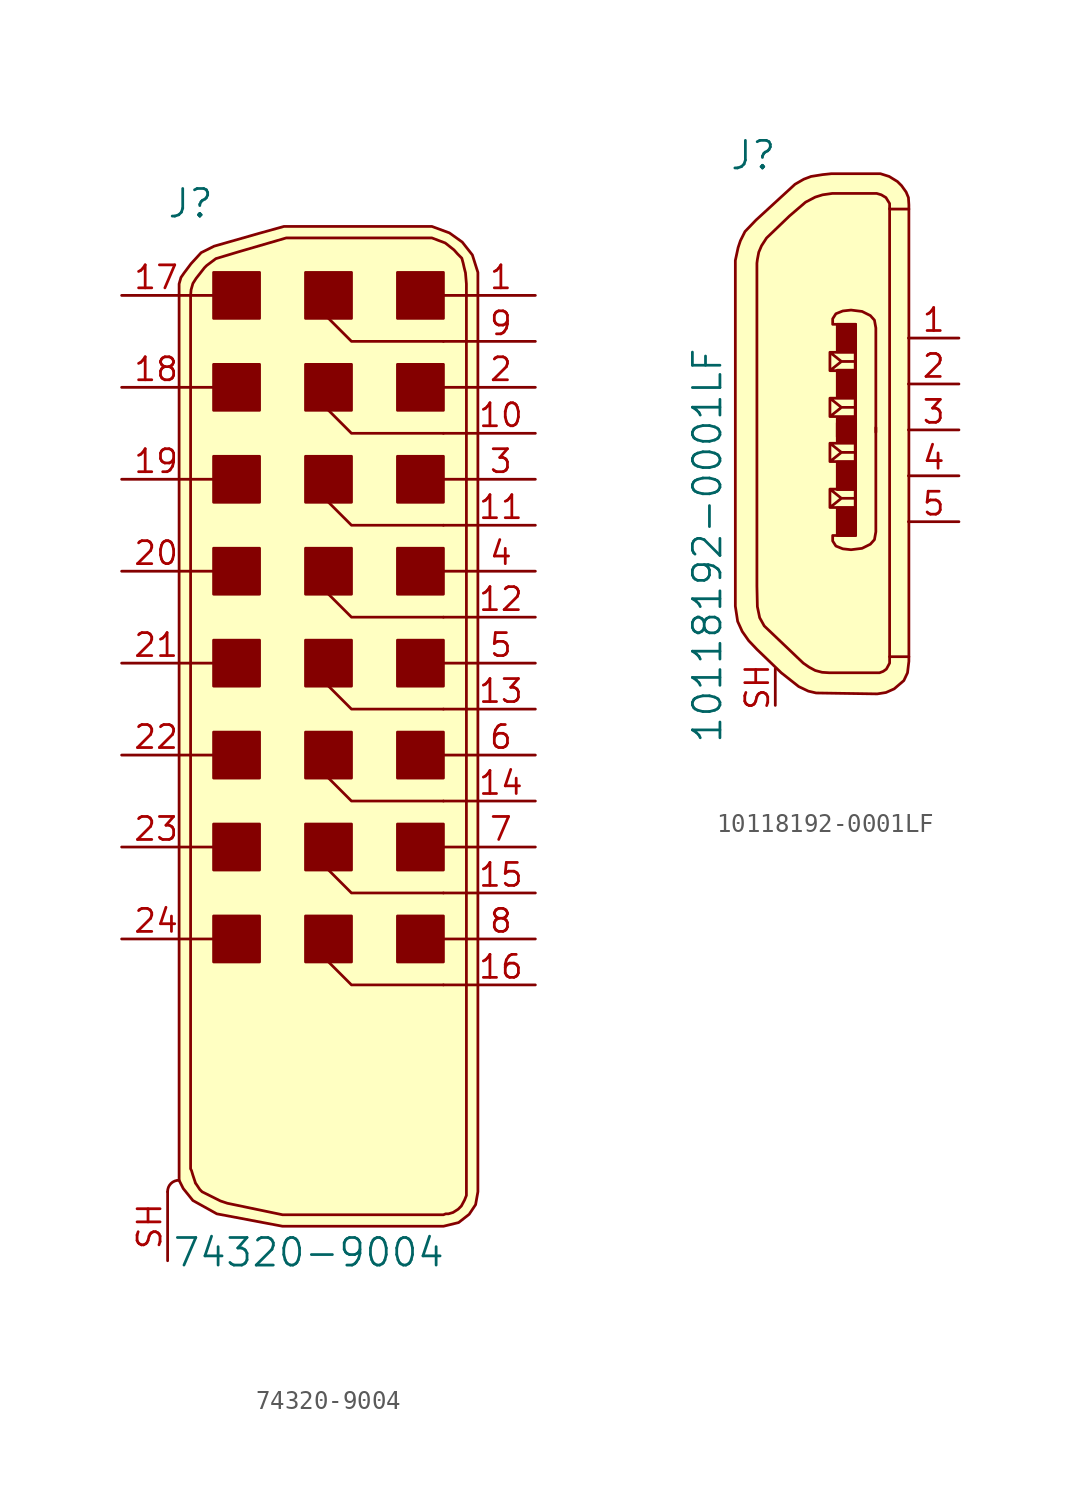
<source format=kicad_sym>
(kicad_symbol_lib
  (version 20220914)
  (generator kicad_symbol_editor)
  (symbol "74320-9004"
    (pin_names
      (offset 1.016))
    (property "Reference" "J"
      (at -8.89 27.94 0)
      (effects (font (size 1.524 1.524))))
    (property "Value" "74320-9004"
      (at -2.362 -30.023 0)
      (effects (font (size 1.524 1.524))))
    (symbol "74320-9004_0_1"
      (arc (start -9.525 -26.035) (mid -9.9825 -26.2192) (end -10.16 -26.67) (stroke (width 0) (type solid)) (fill (type none)))
      (rectangle (start -5.08 -11.43) (end -7.62 -13.97) (stroke (width 0) (type solid)) (fill (type outline)))
      (rectangle (start -5.08 -6.35) (end -7.62 -8.89) (stroke (width 0) (type solid)) (fill (type outline)))
      (rectangle (start -5.08 -1.27) (end -7.62 -3.81) (stroke (width 0) (type solid)) (fill (type outline)))
      (rectangle (start -5.08 3.81) (end -7.62 1.27) (stroke (width 0) (type solid)) (fill (type outline)))
      (rectangle (start -5.08 8.89) (end -7.62 6.35) (stroke (width 0) (type solid)) (fill (type outline)))
      (rectangle (start -5.08 13.97) (end -7.62 11.43) (stroke (width 0) (type solid)) (fill (type outline)))
      (rectangle (start -5.08 19.05) (end -7.62 16.51) (stroke (width 0) (type solid)) (fill (type outline)))
      (rectangle (start -5.08 24.13) (end -7.62 21.59) (stroke (width 0) (type solid)) (fill (type outline)))
      (rectangle (start 0 -11.43) (end -2.54 -13.97) (stroke (width 0) (type solid)) (fill (type outline)))
      (rectangle (start 0 -6.35) (end -2.54 -8.89) (stroke (width 0) (type solid)) (fill (type outline)))
      (rectangle (start 0 -1.27) (end -2.54 -3.81) (stroke (width 0) (type solid)) (fill (type outline)))
      (polyline (pts (xy -7.62 -12.7) (xy -8.89 -12.7)) (stroke (width 0) (type solid)) (fill (type none)))
      (polyline (pts (xy -7.62 -7.62) (xy -8.89 -7.62)) (stroke (width 0) (type solid)) (fill (type none)))
      (polyline (pts (xy -7.62 -2.54) (xy -8.89 -2.54)) (stroke (width 0) (type solid)) (fill (type none)))
      (polyline (pts (xy -7.62 2.54) (xy -8.89 2.54)) (stroke (width 0) (type solid)) (fill (type none)))
      (polyline (pts (xy -7.62 7.62) (xy -8.89 7.62)) (stroke (width 0) (type solid)) (fill (type none)))
      (polyline (pts (xy -7.62 12.7) (xy -8.89 12.7)) (stroke (width 0) (type solid)) (fill (type none)))
      (polyline (pts (xy -7.62 17.78) (xy -8.89 17.78)) (stroke (width 0) (type solid)) (fill (type none)))
      (polyline (pts (xy -7.62 22.86) (xy -8.89 22.86)) (stroke (width 0) (type solid)) (fill (type none)))
      (polyline (pts (xy 5.08 22.86) (xy 5.08 22.86)) (stroke (width 0) (type solid)) (fill (type none)))
      (polyline (pts (xy 6.35 -15.24) (xy 5.08 -15.24)) (stroke (width 0) (type solid)) (fill (type none)))
      (polyline (pts (xy 6.35 -12.7) (xy 5.08 -12.7)) (stroke (width 0) (type solid)) (fill (type none)))
      (polyline (pts (xy 6.35 -10.16) (xy 5.08 -10.16)) (stroke (width 0) (type solid)) (fill (type none)))
      (polyline (pts (xy 6.35 -7.62) (xy 5.08 -7.62)) (stroke (width 0) (type solid)) (fill (type none)))
      (polyline (pts (xy 6.35 -5.08) (xy 5.08 -5.08)) (stroke (width 0) (type solid)) (fill (type none)))
      (polyline (pts (xy 6.35 -2.54) (xy 5.08 -2.54)) (stroke (width 0) (type solid)) (fill (type none)))
      (polyline (pts (xy 6.35 0) (xy 5.08 0)) (stroke (width 0) (type solid)) (fill (type none)))
      (polyline (pts (xy 6.35 2.54) (xy 5.08 2.54)) (stroke (width 0) (type solid)) (fill (type none)))
      (polyline (pts (xy 6.35 5.08) (xy 5.08 5.08)) (stroke (width 0) (type solid)) (fill (type none)))
      (polyline (pts (xy 6.35 7.62) (xy 5.08 7.62)) (stroke (width 0) (type solid)) (fill (type none)))
      (polyline (pts (xy 6.35 10.16) (xy 5.08 10.16)) (stroke (width 0) (type solid)) (fill (type none)))
      (polyline (pts (xy 6.35 12.7) (xy 5.08 12.7)) (stroke (width 0) (type solid)) (fill (type none)))
      (polyline (pts (xy 6.35 15.24) (xy 5.08 15.24)) (stroke (width 0) (type solid)) (fill (type none)))
      (polyline (pts (xy 6.35 17.78) (xy 5.08 17.78)) (stroke (width 0) (type solid)) (fill (type none)))
      (polyline (pts (xy 6.35 20.32) (xy 5.08 20.32)) (stroke (width 0) (type solid)) (fill (type none)))
      (polyline (pts (xy 6.35 22.86) (xy 5.08 22.86)) (stroke (width 0) (type solid)) (fill (type none)))
      (polyline (pts (xy -1.27 -13.97) (xy 0 -15.24) (xy 5.08 -15.24)) (stroke (width 0) (type solid)) (fill (type none)))
      (polyline (pts (xy -1.27 -8.89) (xy 0 -10.16) (xy 5.08 -10.16)) (stroke (width 0) (type solid)) (fill (type none)))
      (polyline (pts (xy -1.27 -3.81) (xy 0 -5.08) (xy 5.08 -5.08)) (stroke (width 0) (type solid)) (fill (type none)))
      (polyline (pts (xy -1.27 1.27) (xy 0 0) (xy 5.08 0)) (stroke (width 0) (type solid)) (fill (type none)))
      (polyline (pts (xy -1.27 6.35) (xy 0 5.08) (xy 5.08 5.08)) (stroke (width 0) (type solid)) (fill (type none)))
      (polyline (pts (xy -1.27 11.43) (xy 0 10.16) (xy 5.08 10.16)) (stroke (width 0) (type solid)) (fill (type none)))
      (polyline (pts (xy -1.27 16.51) (xy 0 15.24) (xy 5.08 15.24)) (stroke (width 0) (type solid)) (fill (type none)))
      (polyline (pts (xy -1.27 21.59) (xy 0 20.32) (xy 5.08 20.32)) (stroke (width 0) (type solid)) (fill (type none)))
      (polyline (pts (xy 6.985 -26.67) (xy 6.985 24.13) (xy 6.68 25.095) (xy 6.121 25.806) (xy 5.41 26.314) (xy 4.445 26.67) (xy -3.734 26.67) (xy -5.105 26.289) (xy -7.595 25.578) (xy -8.306 25.222) (xy -8.865 24.613) (xy -9.246 24.105) (xy -9.423 23.851) (xy -9.525 23.495) (xy -9.525 -26.035) (xy -9.296 -26.492) (xy -8.763 -27.153) (xy -7.442 -27.889) (xy -3.81 -28.575) (xy 5.08 -28.575) (xy 5.918 -28.372) (xy 6.502 -27.915) (xy 6.858 -27.381) (xy 6.985 -26.67)) (stroke (width 0) (type solid)) (fill (type background)))
      (polyline (pts (xy -8.89 22.86) (xy -8.865 23.165) (xy -8.763 23.52) (xy -8.585 23.8) (xy -8.306 24.155) (xy -8.128 24.384) (xy -8.001 24.511) (xy -7.493 24.892) (xy -6.223 25.273) (xy -3.607 26.035) (xy 0.635 26.035) (xy 4.445 26.035) (xy 5.182 25.756) (xy 5.664 25.375) (xy 5.867 25.146) (xy 6.096 24.917) (xy 6.172 24.638) (xy 6.223 24.409) (xy 6.299 24.105) (xy 6.35 23.495) (xy 6.35 -26.67) (xy 6.35 -26.873) (xy 6.248 -27.127) (xy 6.071 -27.457) (xy 5.893 -27.635) (xy 5.613 -27.813) (xy 5.359 -27.889) (xy 5.207 -27.889) (xy 5.08 -27.94) (xy -3.81 -27.94) (xy -6.858 -27.305) (xy -7.239 -27.178) (xy -7.747 -26.924) (xy -8.001 -26.797) (xy -8.255 -26.67) (xy -8.382 -26.543) (xy -8.636 -26.162) (xy -8.611 -26.213) (xy -8.687 -25.984) (xy -8.763 -25.756) (xy -8.839 -25.502) (xy -8.89 -25.4) (xy -8.89 22.86)) (stroke (width 0) (type solid)) (fill (type background)))
      (rectangle (start 0 3.81) (end -2.54 1.27) (stroke (width 0) (type solid)) (fill (type outline)))
      (rectangle (start 0 8.89) (end -2.54 6.35) (stroke (width 0) (type solid)) (fill (type outline)))
      (rectangle (start 0 13.97) (end -2.54 11.43) (stroke (width 0) (type solid)) (fill (type outline)))
      (rectangle (start 0 19.05) (end -2.54 16.51) (stroke (width 0) (type solid)) (fill (type outline)))
      (rectangle (start 0 24.13) (end -2.54 21.59) (stroke (width 0) (type solid)) (fill (type outline)))
      (rectangle (start 5.08 -11.43) (end 2.54 -13.97) (stroke (width 0) (type solid)) (fill (type outline)))
      (rectangle (start 5.08 -6.35) (end 2.54 -8.89) (stroke (width 0) (type solid)) (fill (type outline)))
      (rectangle (start 5.08 -1.27) (end 2.54 -3.81) (stroke (width 0) (type solid)) (fill (type outline)))
      (rectangle (start 5.08 3.81) (end 2.54 1.27) (stroke (width 0) (type solid)) (fill (type outline)))
      (rectangle (start 5.08 8.89) (end 2.54 6.35) (stroke (width 0) (type solid)) (fill (type outline)))
      (rectangle (start 5.08 13.97) (end 2.54 11.43) (stroke (width 0) (type solid)) (fill (type outline)))
      (rectangle (start 5.08 19.05) (end 2.54 16.51) (stroke (width 0) (type solid)) (fill (type outline)))
      (rectangle (start 5.08 24.13) (end 2.54 21.59) (stroke (width 0) (type solid)) (fill (type outline))))
    (symbol "74320-9004_1_1"
      (pin passive line (at 10.16 22.86 180) (length 3.81) (name "~" (effects (font (size 1.27 1.27)))) (number "1" (effects (font (size 1.27 1.27)))))
      (pin passive line (at 10.16 15.24 180) (length 3.81) (name "~" (effects (font (size 1.27 1.27)))) (number "10" (effects (font (size 1.27 1.27)))))
      (pin passive line (at 10.16 10.16 180) (length 3.81) (name "~" (effects (font (size 1.27 1.27)))) (number "11" (effects (font (size 1.27 1.27)))))
      (pin passive line (at 10.16 5.08 180) (length 3.81) (name "~" (effects (font (size 1.27 1.27)))) (number "12" (effects (font (size 1.27 1.27)))))
      (pin passive line (at 10.16 0 180) (length 3.81) (name "~" (effects (font (size 1.27 1.27)))) (number "13" (effects (font (size 1.27 1.27)))))
      (pin passive line (at 10.16 -5.08 180) (length 3.81) (name "~" (effects (font (size 1.27 1.27)))) (number "14" (effects (font (size 1.27 1.27)))))
      (pin passive line (at 10.16 -10.16 180) (length 3.81) (name "~" (effects (font (size 1.27 1.27)))) (number "15" (effects (font (size 1.27 1.27)))))
      (pin passive line (at 10.16 -15.24 180) (length 3.81) (name "~" (effects (font (size 1.27 1.27)))) (number "16" (effects (font (size 1.27 1.27)))))
      (pin passive line (at -12.7 22.86 0) (length 3.81) (name "~" (effects (font (size 1.27 1.27)))) (number "17" (effects (font (size 1.27 1.27)))))
      (pin passive line (at -12.7 17.78 0) (length 3.81) (name "~" (effects (font (size 1.27 1.27)))) (number "18" (effects (font (size 1.27 1.27)))))
      (pin passive line (at -12.7 12.7 0) (length 3.81) (name "~" (effects (font (size 1.27 1.27)))) (number "19" (effects (font (size 1.27 1.27)))))
      (pin passive line (at 10.16 17.78 180) (length 3.81) (name "~" (effects (font (size 1.27 1.27)))) (number "2" (effects (font (size 1.27 1.27)))))
      (pin passive line (at -12.7 7.62 0) (length 3.81) (name "~" (effects (font (size 1.27 1.27)))) (number "20" (effects (font (size 1.27 1.27)))))
      (pin passive line (at -12.7 2.54 0) (length 3.81) (name "~" (effects (font (size 1.27 1.27)))) (number "21" (effects (font (size 1.27 1.27)))))
      (pin passive line (at -12.7 -2.54 0) (length 3.81) (name "~" (effects (font (size 1.27 1.27)))) (number "22" (effects (font (size 1.27 1.27)))))
      (pin passive line (at -12.7 -7.62 0) (length 3.81) (name "~" (effects (font (size 1.27 1.27)))) (number "23" (effects (font (size 1.27 1.27)))))
      (pin passive line (at -12.7 -12.7 0) (length 3.81) (name "~" (effects (font (size 1.27 1.27)))) (number "24" (effects (font (size 1.27 1.27)))))
      (pin passive line (at 10.16 12.7 180) (length 3.81) (name "~" (effects (font (size 1.27 1.27)))) (number "3" (effects (font (size 1.27 1.27)))))
      (pin passive line (at 10.16 7.62 180) (length 3.81) (name "~" (effects (font (size 1.27 1.27)))) (number "4" (effects (font (size 1.27 1.27)))))
      (pin passive line (at 10.16 2.54 180) (length 3.81) (name "~" (effects (font (size 1.27 1.27)))) (number "5" (effects (font (size 1.27 1.27)))))
      (pin passive line (at 10.16 -2.54 180) (length 3.81) (name "~" (effects (font (size 1.27 1.27)))) (number "6" (effects (font (size 1.27 1.27)))))
      (pin passive line (at 10.16 -7.62 180) (length 3.81) (name "~" (effects (font (size 1.27 1.27)))) (number "7" (effects (font (size 1.27 1.27)))))
      (pin passive line (at 10.16 -12.7 180) (length 3.81) (name "~" (effects (font (size 1.27 1.27)))) (number "8" (effects (font (size 1.27 1.27)))))
      (pin passive line (at 10.16 20.32 180) (length 3.81) (name "~" (effects (font (size 1.27 1.27)))) (number "9" (effects (font (size 1.27 1.27)))))
      (pin passive line (at -10.16 -30.48 90) (length 3.81) (name "~" (effects (font (size 1.27 1.27)))) (number "SH" (effects (font (size 1.27 1.27)))))))
  (symbol "10118192-0001LF"
    (pin_names
      (offset 1.016))
    (property "Reference" "J"
      (at -3.759 15.189 0)
      (effects (font (size 1.524 1.524))))
    (property "Value" "10118192-0001LF"
      (at -6.299 -6.401 90)
      (effects (font (size 1.524 1.524))))
    (symbol "10118192-0001LF_0_1"
      (polyline (pts (xy 3.785 12.243) (xy 3.785 -12.548)) (stroke (width 0) (type solid)) (fill (type none)))
      (polyline (pts (xy 0.483 -4.293) (xy 0.483 -3.277) (xy 1.88 -3.277) (xy 1.88 -4.293) (xy 0.483 -4.293) (xy 1.118 -3.785) (xy 0.483 -3.277) (xy 1.88 -3.277) (xy 1.88 -3.785) (xy 1.118 -3.785)) (stroke (width 0) (type solid)) (fill (type none)))
      (polyline (pts (xy 0.483 -1.753) (xy 0.483 -0.737) (xy 1.88 -0.737) (xy 1.88 -1.753) (xy 0.483 -1.753) (xy 1.118 -1.245) (xy 0.483 -0.737) (xy 1.88 -0.737) (xy 1.88 -1.245) (xy 1.118 -1.245)) (stroke (width 0) (type solid)) (fill (type none)))
      (polyline (pts (xy 0.483 1.753) (xy 0.483 0.737) (xy 1.88 0.737) (xy 1.88 1.753) (xy 0.483 1.753) (xy 1.118 1.245) (xy 0.483 0.737) (xy 1.88 0.737) (xy 1.88 1.245) (xy 1.118 1.245)) (stroke (width 0) (type solid)) (fill (type none)))
      (polyline (pts (xy 0.483 4.293) (xy 0.483 3.277) (xy 1.88 3.277) (xy 1.88 4.293) (xy 0.483 4.293) (xy 1.118 3.785) (xy 0.483 3.277) (xy 1.88 3.277) (xy 1.88 3.785) (xy 1.118 3.785)) (stroke (width 0) (type solid)) (fill (type none)))
      (polyline (pts (xy 1.905 -0.025) (xy 1.905 5.842) (xy 0.635 5.842) (xy 0.635 6.147) (xy 0.813 6.426) (xy 1.194 6.579) (xy 1.651 6.629) (xy 2.261 6.553) (xy 2.718 6.325) (xy 2.946 6.071) (xy 3.023 5.639) (xy 3.023 4.801) (xy 3.023 -0.127)) (stroke (width 0) (type solid)) (fill (type none)))
      (polyline (pts (xy 1.905 0.025) (xy 1.905 -5.842) (xy 0.635 -5.842) (xy 0.635 -6.147) (xy 0.813 -6.426) (xy 1.194 -6.579) (xy 1.651 -6.629) (xy 2.261 -6.553) (xy 2.718 -6.325) (xy 2.946 -6.071) (xy 3.023 -5.639) (xy 3.023 -4.801) (xy 3.023 0.127)) (stroke (width 0) (type solid)) (fill (type none)))
      (polyline (pts (xy 4.851 -12.548) (xy 3.835 -12.548) (xy 3.785 -12.548) (xy 3.785 -12.903) (xy 3.607 -13.233) (xy 3.429 -13.36) (xy 3.226 -13.437) (xy 0.457 -13.437) (xy 0.051 -13.411) (xy -0.33 -13.31) (xy -0.66 -13.132) (xy -0.991 -12.903) (xy -3.15 -10.846) (xy -3.404 -10.389) (xy -3.531 -9.779) (xy -3.556 -8.636) (xy -3.556 9.22) (xy -3.531 9.423) (xy -3.454 9.83) (xy -3.302 10.185) (xy -3.023 10.617) (xy -1.753 11.836) (xy -0.864 12.598) (xy -0.33 12.878) (xy 0.076 13.005) (xy 0.61 13.081) (xy 3.073 13.081) (xy 3.327 13.005) (xy 3.581 12.852) (xy 3.785 12.522) (xy 3.785 12.217) (xy 4.851 12.217)) (stroke (width 0) (type solid)) (fill (type none)))
      (polyline (pts (xy 4.851 -11.481) (xy 4.851 -12.802) (xy 4.775 -13.437) (xy 4.572 -13.868) (xy 4.039 -14.326) (xy 3.581 -14.529) (xy 3.099 -14.605) (xy -0.279 -14.554) (xy -0.711 -14.453) (xy -1.245 -14.199) (xy -2.21 -13.437) (xy -3.556 -12.141) (xy -4.013 -11.659) (xy -4.369 -11.151) (xy -4.623 -10.592) (xy -4.75 -9.754) (xy -4.75 9.373) (xy -4.597 10.084) (xy -4.47 10.465) (xy -4.216 10.973) (xy -3.607 11.608) (xy -1.448 13.589) (xy -0.965 13.868) (xy -0.559 14.021) (xy 0.076 14.122) (xy 0.559 14.173) (xy 3.277 14.173) (xy 3.759 14.021) (xy 4.216 13.741) (xy 4.445 13.513) (xy 4.699 13.157) (xy 4.826 12.852) (xy 4.851 12.446) (xy 4.851 -11.506)) (stroke (width 0) (type solid)) (fill (type background)))
      (rectangle (start 0.889 -4.318) (end 1.905 -5.842) (stroke (width 0) (type solid)) (fill (type outline)))
      (rectangle (start 0.889 -3.302) (end 1.905 -1.778) (stroke (width 0) (type solid)) (fill (type outline)))
      (rectangle (start 0.889 -0.635) (end 1.905 0.381) (stroke (width 0) (type solid)) (fill (type outline)))
      (rectangle (start 0.889 0.635) (end 1.905 -0.381) (stroke (width 0) (type solid)) (fill (type outline)))
      (rectangle (start 0.889 3.302) (end 1.905 1.778) (stroke (width 0) (type solid)) (fill (type outline)))
      (rectangle (start 0.889 4.318) (end 1.905 5.842) (stroke (width 0) (type solid)) (fill (type outline))))
    (symbol "10118192-0001LF_1_1"
      (pin passive line (at 7.62 5.08 180) (length 2.794) (name "~" (effects (font (size 1.27 1.27)))) (number "1" (effects (font (size 1.27 1.27)))))
      (pin passive line (at 7.62 2.54 180) (length 2.794) (name "~" (effects (font (size 1.27 1.27)))) (number "2" (effects (font (size 1.27 1.27)))))
      (pin passive line (at 7.62 0 180) (length 2.794) (name "~" (effects (font (size 1.27 1.27)))) (number "3" (effects (font (size 1.27 1.27)))))
      (pin passive line (at 7.62 -2.54 180) (length 2.794) (name "~" (effects (font (size 1.27 1.27)))) (number "4" (effects (font (size 1.27 1.27)))))
      (pin passive line (at 7.62 -5.08 180) (length 2.794) (name "~" (effects (font (size 1.27 1.27)))) (number "5" (effects (font (size 1.27 1.27)))))
      (pin passive line (at -2.54 -15.24 90) (length 2.032) (name "~" (effects (font (size 1.27 1.27)))) (number "SH" (effects (font (size 1.27 1.27))))))))
</source>
